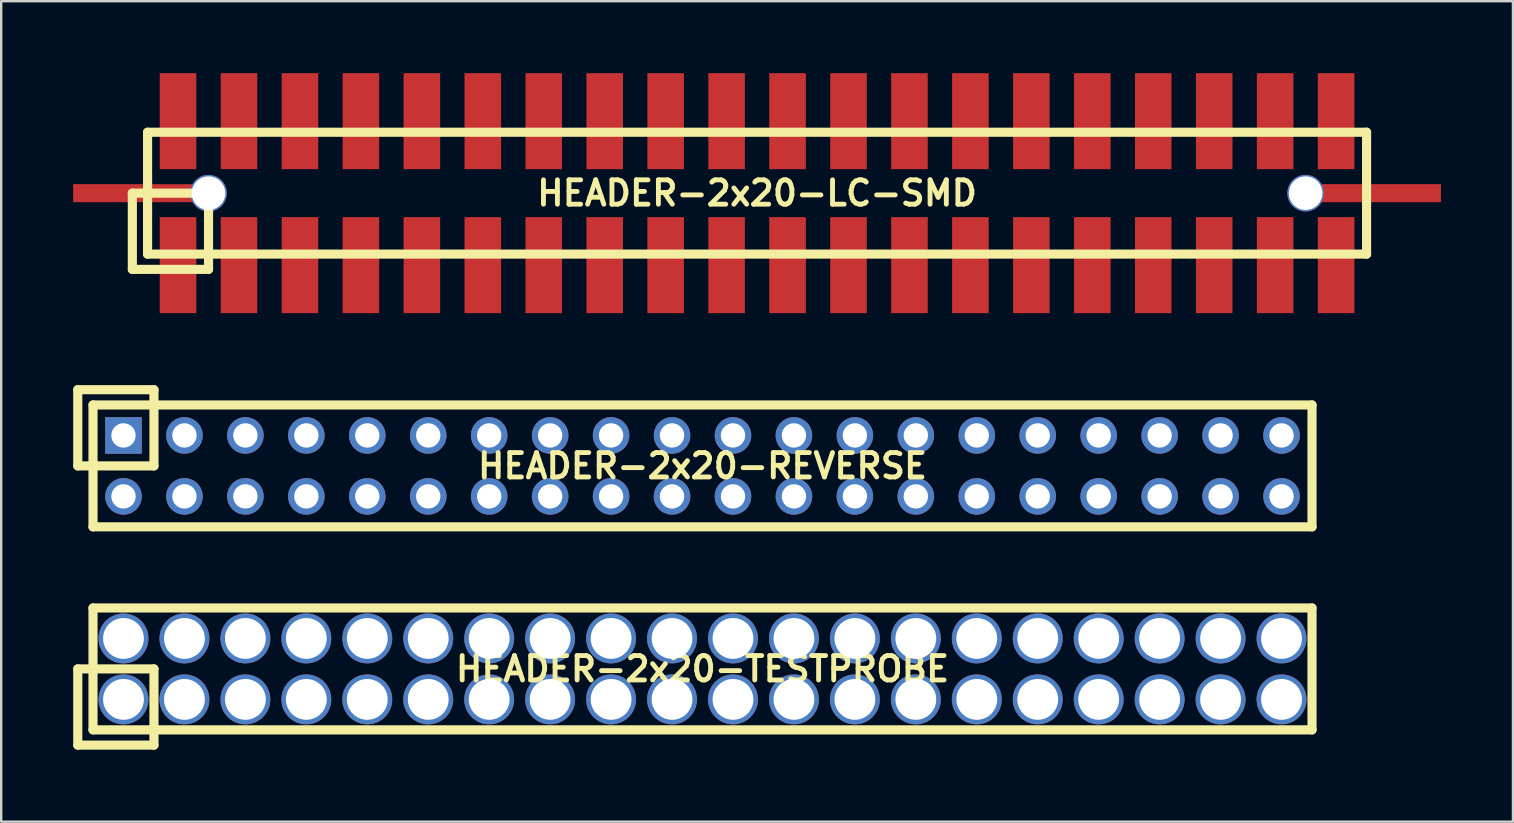
<source format=kicad_pcb>
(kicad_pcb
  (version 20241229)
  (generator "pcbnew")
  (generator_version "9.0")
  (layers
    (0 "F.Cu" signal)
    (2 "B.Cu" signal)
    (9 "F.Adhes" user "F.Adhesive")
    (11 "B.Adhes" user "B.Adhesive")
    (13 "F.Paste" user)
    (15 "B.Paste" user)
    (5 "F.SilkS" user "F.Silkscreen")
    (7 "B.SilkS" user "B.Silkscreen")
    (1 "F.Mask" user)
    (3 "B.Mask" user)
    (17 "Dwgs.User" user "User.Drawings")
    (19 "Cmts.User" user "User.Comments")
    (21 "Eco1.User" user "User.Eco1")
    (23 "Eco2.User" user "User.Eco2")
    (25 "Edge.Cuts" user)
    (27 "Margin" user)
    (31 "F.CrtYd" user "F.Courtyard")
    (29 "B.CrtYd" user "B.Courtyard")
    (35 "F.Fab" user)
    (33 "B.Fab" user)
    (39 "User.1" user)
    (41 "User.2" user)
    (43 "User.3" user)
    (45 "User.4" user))
  (footprint "HEADER-2x20-TESTPROBE"
    (layer "F.Cu")
    (at 26.226 24.826)
    (property "Reference" "HEADER-2x20-TESTPROBE" (at 0 0 0) (layer "F.SilkS") (effects (font (size 1.016 1.016) (thickness 0.203))))
    (attr through_hole)
    (fp_line (start -26.035 0) (end -26.035 3.175) (stroke (width 0.381) (type solid)) (layer "F.SilkS"))
    (fp_line (start -26.035 3.175) (end -22.86 3.175) (stroke (width 0.381) (type solid)) (layer "F.SilkS"))
    (fp_line (start -25.4 -2.54) (end 25.4 -2.54) (stroke (width 0.381) (type solid)) (layer "F.SilkS"))
    (fp_line (start -25.4 2.54) (end -25.4 -2.54) (stroke (width 0.381) (type solid)) (layer "F.SilkS"))
    (fp_line (start -22.86 0) (end -26.035 0) (stroke (width 0.381) (type solid)) (layer "F.SilkS"))
    (fp_line (start -22.86 3.175) (end -22.86 0) (stroke (width 0.381) (type solid)) (layer "F.SilkS"))
    (fp_line (start 25.4 -2.54) (end 25.4 2.54) (stroke (width 0.381) (type solid)) (layer "F.SilkS"))
    (fp_line (start 25.4 2.54) (end -25.4 2.54) (stroke (width 0.381) (type solid)) (layer "F.SilkS"))
    (pad "1" thru_hole circle (at -24.13 1.27) (size 2.08 2.08) (drill 1.7) (layers "*.Cu" "*.Mask"))
    (pad "2" thru_hole circle (at -24.13 -1.27) (size 2.08 2.08) (drill 1.7) (layers "*.Cu" "*.Mask"))
    (pad "3" thru_hole circle (at -21.59 1.27) (size 2.08 2.08) (drill 1.7) (layers "*.Cu" "*.Mask"))
    (pad "4" thru_hole circle (at -21.59 -1.27) (size 2.08 2.08) (drill 1.7) (layers "*.Cu" "*.Mask"))
    (pad "5" thru_hole circle (at -19.05 1.27) (size 2.08 2.08) (drill 1.7) (layers "*.Cu" "*.Mask"))
    (pad "6" thru_hole circle (at -19.05 -1.27) (size 2.08 2.08) (drill 1.7) (layers "*.Cu" "*.Mask"))
    (pad "7" thru_hole circle (at -16.51 1.27) (size 2.08 2.08) (drill 1.7) (layers "*.Cu" "*.Mask"))
    (pad "8" thru_hole circle (at -16.51 -1.27) (size 2.08 2.08) (drill 1.7) (layers "*.Cu" "*.Mask"))
    (pad "9" thru_hole circle (at -13.97 1.27) (size 2.08 2.08) (drill 1.7) (layers "*.Cu" "*.Mask"))
    (pad "10" thru_hole circle (at -13.97 -1.27) (size 2.08 2.08) (drill 1.7) (layers "*.Cu" "*.Mask"))
    (pad "11" thru_hole circle (at -11.43 1.27) (size 2.08 2.08) (drill 1.7) (layers "*.Cu" "*.Mask"))
    (pad "12" thru_hole circle (at -11.43 -1.27) (size 2.08 2.08) (drill 1.7) (layers "*.Cu" "*.Mask"))
    (pad "13" thru_hole circle (at -8.89 1.27) (size 2.08 2.08) (drill 1.7) (layers "*.Cu" "*.Mask"))
    (pad "14" thru_hole circle (at -8.89 -1.27) (size 2.08 2.08) (drill 1.7) (layers "*.Cu" "*.Mask"))
    (pad "15" thru_hole circle (at -6.35 1.27) (size 2.08 2.08) (drill 1.7) (layers "*.Cu" "*.Mask"))
    (pad "16" thru_hole circle (at -6.35 -1.27) (size 2.08 2.08) (drill 1.7) (layers "*.Cu" "*.Mask"))
    (pad "17" thru_hole circle (at -3.81 1.27) (size 2.08 2.08) (drill 1.7) (layers "*.Cu" "*.Mask"))
    (pad "18" thru_hole circle (at -3.81 -1.27) (size 2.08 2.08) (drill 1.7) (layers "*.Cu" "*.Mask"))
    (pad "19" thru_hole circle (at -1.27 1.27) (size 2.08 2.08) (drill 1.7) (layers "*.Cu" "*.Mask"))
    (pad "20" thru_hole circle (at -1.27 -1.27) (size 2.08 2.08) (drill 1.7) (layers "*.Cu" "*.Mask"))
    (pad "21" thru_hole circle (at 1.27 1.27) (size 2.08 2.08) (drill 1.7) (layers "*.Cu" "*.Mask"))
    (pad "22" thru_hole circle (at 1.27 -1.27) (size 2.08 2.08) (drill 1.7) (layers "*.Cu" "*.Mask"))
    (pad "23" thru_hole circle (at 3.81 1.27) (size 2.08 2.08) (drill 1.7) (layers "*.Cu" "*.Mask"))
    (pad "24" thru_hole circle (at 3.81 -1.27) (size 2.08 2.08) (drill 1.7) (layers "*.Cu" "*.Mask"))
    (pad "25" thru_hole circle (at 6.35 1.27) (size 2.08 2.08) (drill 1.7) (layers "*.Cu" "*.Mask"))
    (pad "26" thru_hole circle (at 6.35 -1.27) (size 2.08 2.08) (drill 1.7) (layers "*.Cu" "*.Mask"))
    (pad "27" thru_hole circle (at 8.89 1.27) (size 2.08 2.08) (drill 1.7) (layers "*.Cu" "*.Mask"))
    (pad "28" thru_hole circle (at 8.89 -1.27) (size 2.08 2.08) (drill 1.7) (layers "*.Cu" "*.Mask"))
    (pad "29" thru_hole circle (at 11.43 1.27) (size 2.08 2.08) (drill 1.7) (layers "*.Cu" "*.Mask"))
    (pad "30" thru_hole circle (at 11.43 -1.27) (size 2.08 2.08) (drill 1.7) (layers "*.Cu" "*.Mask"))
    (pad "31" thru_hole circle (at 13.97 1.27) (size 2.08 2.08) (drill 1.7) (layers "*.Cu" "*.Mask"))
    (pad "32" thru_hole circle (at 13.97 -1.27) (size 2.08 2.08) (drill 1.7) (layers "*.Cu" "*.Mask"))
    (pad "33" thru_hole circle (at 16.51 1.27) (size 2.08 2.08) (drill 1.7) (layers "*.Cu" "*.Mask"))
    (pad "34" thru_hole circle (at 16.51 -1.27) (size 2.08 2.08) (drill 1.7) (layers "*.Cu" "*.Mask"))
    (pad "35" thru_hole circle (at 19.05 1.27) (size 2.08 2.08) (drill 1.7) (layers "*.Cu" "*.Mask"))
    (pad "36" thru_hole circle (at 19.05 -1.27) (size 2.08 2.08) (drill 1.7) (layers "*.Cu" "*.Mask"))
    (pad "37" thru_hole circle (at 21.59 1.27) (size 2.08 2.08) (drill 1.7) (layers "*.Cu" "*.Mask"))
    (pad "38" thru_hole circle (at 21.59 -1.27) (size 2.08 2.08) (drill 1.7) (layers "*.Cu" "*.Mask"))
    (pad "39" thru_hole circle (at 24.13 1.27) (size 2.08 2.08) (drill 1.7) (layers "*.Cu" "*.Mask"))
    (pad "40" thru_hole circle (at 24.13 -1.27) (size 2.08 2.08) (drill 1.7) (layers "*.Cu" "*.Mask")))
  (footprint "HEADER-2x20-REVERSE"
    (layer "F.Cu")
    (at 26.226 16.366)
    (property "Reference" "HEADER-2x20-REVERSE" (at 0 0 0) (layer "F.SilkS") (effects (font (size 1.016 1.016) (thickness 0.203))))
    (attr through_hole)
    (fp_line (start -26.035 -3.175) (end -22.86 -3.175) (stroke (width 0.381) (type solid)) (layer "F.SilkS"))
    (fp_line (start -26.035 0) (end -26.035 -3.175) (stroke (width 0.381) (type solid)) (layer "F.SilkS"))
    (fp_line (start -25.4 -2.54) (end 25.4 -2.54) (stroke (width 0.381) (type solid)) (layer "F.SilkS"))
    (fp_line (start -25.4 2.54) (end -25.4 -2.54) (stroke (width 0.381) (type solid)) (layer "F.SilkS"))
    (fp_line (start -22.86 -3.175) (end -22.86 0) (stroke (width 0.381) (type solid)) (layer "F.SilkS"))
    (fp_line (start -22.86 0) (end -26.035 0) (stroke (width 0.381) (type solid)) (layer "F.SilkS"))
    (fp_line (start 25.4 -2.54) (end 25.4 2.54) (stroke (width 0.381) (type solid)) (layer "F.SilkS"))
    (fp_line (start 25.4 2.54) (end -25.4 2.54) (stroke (width 0.381) (type solid)) (layer "F.SilkS"))
    (pad "1" thru_hole rect (at -24.13 -1.27) (size 1.524 1.524) (drill 1.016) (layers "*.Cu" "*.Mask"))
    (pad "2" thru_hole circle (at -24.13 1.27) (size 1.524 1.524) (drill 1.016) (layers "*.Cu" "*.Mask"))
    (pad "3" thru_hole circle (at -21.59 -1.27) (size 1.524 1.524) (drill 1.016) (layers "*.Cu" "*.Mask"))
    (pad "4" thru_hole circle (at -21.59 1.27) (size 1.524 1.524) (drill 1.016) (layers "*.Cu" "*.Mask"))
    (pad "5" thru_hole circle (at -19.05 -1.27) (size 1.524 1.524) (drill 1.016) (layers "*.Cu" "*.Mask"))
    (pad "6" thru_hole circle (at -19.05 1.27) (size 1.524 1.524) (drill 1.016) (layers "*.Cu" "*.Mask"))
    (pad "7" thru_hole circle (at -16.51 -1.27) (size 1.524 1.524) (drill 1.016) (layers "*.Cu" "*.Mask"))
    (pad "8" thru_hole circle (at -16.51 1.27) (size 1.524 1.524) (drill 1.016) (layers "*.Cu" "*.Mask"))
    (pad "9" thru_hole circle (at -13.97 -1.27) (size 1.524 1.524) (drill 1.016) (layers "*.Cu" "*.Mask"))
    (pad "10" thru_hole circle (at -13.97 1.27) (size 1.524 1.524) (drill 1.016) (layers "*.Cu" "*.Mask"))
    (pad "11" thru_hole circle (at -11.43 -1.27) (size 1.524 1.524) (drill 1.016) (layers "*.Cu" "*.Mask"))
    (pad "12" thru_hole circle (at -11.43 1.27) (size 1.524 1.524) (drill 1.016) (layers "*.Cu" "*.Mask"))
    (pad "13" thru_hole circle (at -8.89 -1.27) (size 1.524 1.524) (drill 1.016) (layers "*.Cu" "*.Mask"))
    (pad "14" thru_hole circle (at -8.89 1.27) (size 1.524 1.524) (drill 1.016) (layers "*.Cu" "*.Mask"))
    (pad "15" thru_hole circle (at -6.35 -1.27) (size 1.524 1.524) (drill 1.016) (layers "*.Cu" "*.Mask"))
    (pad "16" thru_hole circle (at -6.35 1.27) (size 1.524 1.524) (drill 1.016) (layers "*.Cu" "*.Mask"))
    (pad "17" thru_hole circle (at -3.81 -1.27) (size 1.524 1.524) (drill 1.016) (layers "*.Cu" "*.Mask"))
    (pad "18" thru_hole circle (at -3.81 1.27) (size 1.524 1.524) (drill 1.016) (layers "*.Cu" "*.Mask"))
    (pad "19" thru_hole circle (at -1.27 -1.27) (size 1.524 1.524) (drill 1.016) (layers "*.Cu" "*.Mask"))
    (pad "20" thru_hole circle (at -1.27 1.27) (size 1.524 1.524) (drill 1.016) (layers "*.Cu" "*.Mask"))
    (pad "21" thru_hole circle (at 1.27 -1.27) (size 1.524 1.524) (drill 1.016) (layers "*.Cu" "*.Mask"))
    (pad "22" thru_hole circle (at 1.27 1.27) (size 1.524 1.524) (drill 1.016) (layers "*.Cu" "*.Mask"))
    (pad "23" thru_hole circle (at 3.81 -1.27) (size 1.524 1.524) (drill 1.016) (layers "*.Cu" "*.Mask"))
    (pad "24" thru_hole circle (at 3.81 1.27) (size 1.524 1.524) (drill 1.016) (layers "*.Cu" "*.Mask"))
    (pad "25" thru_hole circle (at 6.35 -1.27) (size 1.524 1.524) (drill 1.016) (layers "*.Cu" "*.Mask"))
    (pad "26" thru_hole circle (at 6.35 1.27) (size 1.524 1.524) (drill 1.016) (layers "*.Cu" "*.Mask"))
    (pad "27" thru_hole circle (at 8.89 -1.27) (size 1.524 1.524) (drill 1.016) (layers "*.Cu" "*.Mask"))
    (pad "28" thru_hole circle (at 8.89 1.27) (size 1.524 1.524) (drill 1.016) (layers "*.Cu" "*.Mask"))
    (pad "29" thru_hole circle (at 11.43 -1.27) (size 1.524 1.524) (drill 1.016) (layers "*.Cu" "*.Mask"))
    (pad "30" thru_hole circle (at 11.43 1.27) (size 1.524 1.524) (drill 1.016) (layers "*.Cu" "*.Mask"))
    (pad "31" thru_hole circle (at 13.97 -1.27) (size 1.524 1.524) (drill 1.016) (layers "*.Cu" "*.Mask"))
    (pad "32" thru_hole circle (at 13.97 1.27) (size 1.524 1.524) (drill 1.016) (layers "*.Cu" "*.Mask"))
    (pad "33" thru_hole circle (at 16.51 -1.27) (size 1.524 1.524) (drill 1.016) (layers "*.Cu" "*.Mask"))
    (pad "34" thru_hole circle (at 16.51 1.27) (size 1.524 1.524) (drill 1.016) (layers "*.Cu" "*.Mask"))
    (pad "35" thru_hole circle (at 19.05 -1.27) (size 1.524 1.524) (drill 1.016) (layers "*.Cu" "*.Mask"))
    (pad "36" thru_hole circle (at 19.05 1.27) (size 1.524 1.524) (drill 1.016) (layers "*.Cu" "*.Mask"))
    (pad "37" thru_hole circle (at 21.59 -1.27) (size 1.524 1.524) (drill 1.016) (layers "*.Cu" "*.Mask"))
    (pad "38" thru_hole circle (at 21.59 1.27) (size 1.524 1.524) (drill 1.016) (layers "*.Cu" "*.Mask"))
    (pad "39" thru_hole circle (at 24.13 -1.27) (size 1.524 1.524) (drill 1.016) (layers "*.Cu" "*.Mask"))
    (pad "40" thru_hole circle (at 24.13 1.27) (size 1.524 1.524) (drill 1.016) (layers "*.Cu" "*.Mask")))
  (footprint "HEADER-2x20-LC-SMD"
    (layer "F.Cu")
    (at 28.5 5)
    (property "Reference" "HEADER-2x20-LC-SMD" (at 0 0 0) (layer "F.SilkS") (effects (font (size 1.016 1.016) (thickness 0.203))))
    (attr through_hole)
    (fp_line (start -26.035 0) (end -26.035 3.175) (stroke (width 0.381) (type solid)) (layer "F.SilkS"))
    (fp_line (start -26.035 3.175) (end -22.86 3.175) (stroke (width 0.381) (type solid)) (layer "F.SilkS"))
    (fp_line (start -25.4 -2.54) (end 25.4 -2.54) (stroke (width 0.381) (type solid)) (layer "F.SilkS"))
    (fp_line (start -25.4 2.54) (end -25.4 -2.54) (stroke (width 0.381) (type solid)) (layer "F.SilkS"))
    (fp_line (start -22.86 0) (end -26.035 0) (stroke (width 0.381) (type solid)) (layer "F.SilkS"))
    (fp_line (start -22.86 3.175) (end -22.86 0) (stroke (width 0.381) (type solid)) (layer "F.SilkS"))
    (fp_line (start 25.4 -2.54) (end 25.4 2.54) (stroke (width 0.381) (type solid)) (layer "F.SilkS"))
    (fp_line (start 25.4 2.54) (end -25.4 2.54) (stroke (width 0.381) (type solid)) (layer "F.SilkS"))
    (pad "1" smd rect (at -24.13 3) (size 1.524 4) (layers "F.Cu" "F.Mask" "F.Paste"))
    (pad "1" smd rect (at 26 0) (size 5 0.75) (layers "F.Cu" "F.Mask" "F.Paste"))
    (pad "2" smd rect (at -26 0) (size 5 0.75) (layers "F.Cu" "F.Mask" "F.Paste"))
    (pad "2" smd rect (at -24.13 -3) (size 1.524 4) (layers "F.Cu" "F.Mask" "F.Paste"))
    (pad "3" smd rect (at -21.59 3) (size 1.524 4) (layers "F.Cu" "F.Mask" "F.Paste"))
    (pad "4" smd rect (at -21.59 -3) (size 1.524 4) (layers "F.Cu" "F.Mask" "F.Paste"))
    (pad "5" smd rect (at -19.05 3) (size 1.524 4) (layers "F.Cu" "F.Mask" "F.Paste"))
    (pad "6" smd rect (at -19.05 -3) (size 1.524 4) (layers "F.Cu" "F.Mask" "F.Paste"))
    (pad "7" smd rect (at -16.51 3) (size 1.524 4) (layers "F.Cu" "F.Mask" "F.Paste"))
    (pad "8" smd rect (at -16.51 -3) (size 1.524 4) (layers "F.Cu" "F.Mask" "F.Paste"))
    (pad "9" smd rect (at -13.97 3) (size 1.524 4) (layers "F.Cu" "F.Mask" "F.Paste"))
    (pad "10" smd rect (at -13.97 -3) (size 1.524 4) (layers "F.Cu" "F.Mask" "F.Paste"))
    (pad "11" smd rect (at -11.43 3) (size 1.524 4) (layers "F.Cu" "F.Mask" "F.Paste"))
    (pad "12" smd rect (at -11.43 -3) (size 1.524 4) (layers "F.Cu" "F.Mask" "F.Paste"))
    (pad "13" smd rect (at -8.89 3) (size 1.524 4) (layers "F.Cu" "F.Mask" "F.Paste"))
    (pad "14" smd rect (at -8.89 -3) (size 1.524 4) (layers "F.Cu" "F.Mask" "F.Paste"))
    (pad "15" smd rect (at -6.35 3) (size 1.524 4) (layers "F.Cu" "F.Mask" "F.Paste"))
    (pad "16" smd rect (at -6.35 -3) (size 1.524 4) (layers "F.Cu" "F.Mask" "F.Paste"))
    (pad "17" smd rect (at -3.81 3) (size 1.524 4) (layers "F.Cu" "F.Mask" "F.Paste"))
    (pad "18" smd rect (at -3.81 -3) (size 1.524 4) (layers "F.Cu" "F.Mask" "F.Paste"))
    (pad "19" smd rect (at -1.27 3) (size 1.524 4) (layers "F.Cu" "F.Mask" "F.Paste"))
    (pad "20" smd rect (at -1.27 -3) (size 1.524 4) (layers "F.Cu" "F.Mask" "F.Paste"))
    (pad "21" smd rect (at 1.27 3) (size 1.524 4) (layers "F.Cu" "F.Mask" "F.Paste"))
    (pad "22" smd rect (at 1.27 -3) (size 1.524 4) (layers "F.Cu" "F.Mask" "F.Paste"))
    (pad "23" smd rect (at 3.81 3) (size 1.524 4) (layers "F.Cu" "F.Mask" "F.Paste"))
    (pad "24" smd rect (at 3.81 -3) (size 1.524 4) (layers "F.Cu" "F.Mask" "F.Paste"))
    (pad "25" smd rect (at 6.35 3) (size 1.524 4) (layers "F.Cu" "F.Mask" "F.Paste"))
    (pad "26" smd rect (at 6.35 -3) (size 1.524 4) (layers "F.Cu" "F.Mask" "F.Paste"))
    (pad "27" smd rect (at 8.89 3) (size 1.524 4) (layers "F.Cu" "F.Mask" "F.Paste"))
    (pad "28" smd rect (at 8.89 -3) (size 1.524 4) (layers "F.Cu" "F.Mask" "F.Paste"))
    (pad "29" smd rect (at 11.43 3) (size 1.524 4) (layers "F.Cu" "F.Mask" "F.Paste"))
    (pad "30" smd rect (at 11.43 -3) (size 1.524 4) (layers "F.Cu" "F.Mask" "F.Paste"))
    (pad "31" smd rect (at 13.97 3) (size 1.524 4) (layers "F.Cu" "F.Mask" "F.Paste"))
    (pad "32" smd rect (at 13.97 -3) (size 1.524 4) (layers "F.Cu" "F.Mask" "F.Paste"))
    (pad "33" smd rect (at 16.51 3) (size 1.524 4) (layers "F.Cu" "F.Mask" "F.Paste"))
    (pad "34" smd rect (at 16.51 -3) (size 1.524 4) (layers "F.Cu" "F.Mask" "F.Paste"))
    (pad "35" smd rect (at 19.05 3) (size 1.524 4) (layers "F.Cu" "F.Mask" "F.Paste"))
    (pad "36" smd rect (at 19.05 -3) (size 1.524 4) (layers "F.Cu" "F.Mask" "F.Paste"))
    (pad "37" smd rect (at 21.59 3) (size 1.524 4) (layers "F.Cu" "F.Mask" "F.Paste"))
    (pad "38" smd rect (at 21.59 -3) (size 1.524 4) (layers "F.Cu" "F.Mask" "F.Paste"))
    (pad "39" smd rect (at 24.13 3) (size 1.524 4) (layers "F.Cu" "F.Mask" "F.Paste"))
    (pad "40" smd rect (at 24.13 -3) (size 1.524 4) (layers "F.Cu" "F.Mask" "F.Paste"))
    (pad "mnt" thru_hole circle (at -22.86 0) (size 1.524 1.524) (drill 1.4) (layers "*.Cu" "*.Mask"))
    (pad "mnt" thru_hole circle (at 22.86 0) (size 1.524 1.524) (drill 1.4) (layers "*.Cu" "*.Mask")))
  (gr_rect
    (start -3 -3)
    (end 60 31.192)
    (stroke (width 0.1) (type default))
    (fill no)
    (layer "Edge.Cuts")))
</source>
